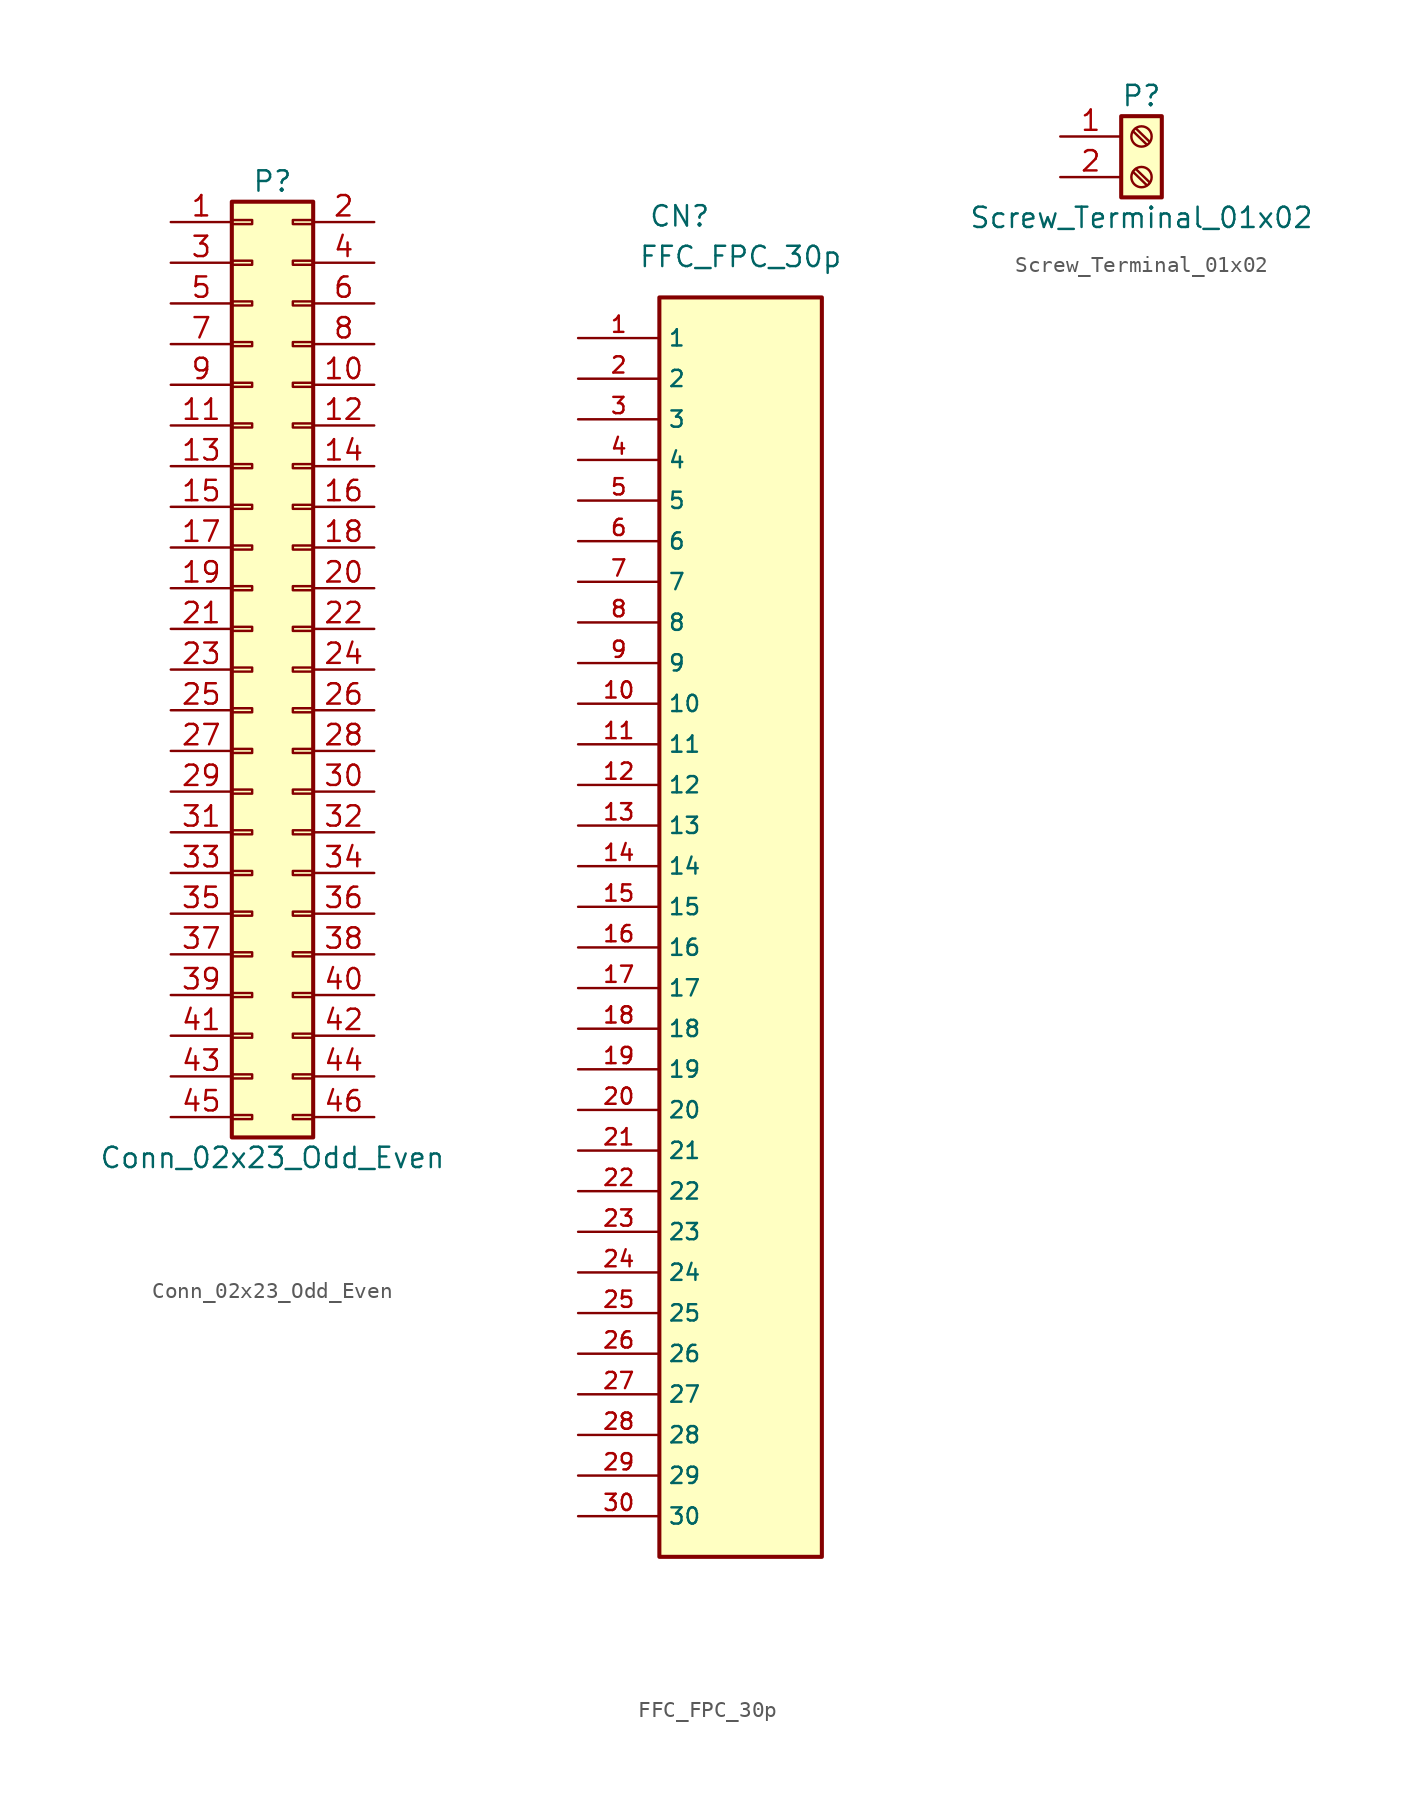
<source format=kicad_sym>
(kicad_symbol_lib
  (version 20211014)
  (generator kicad_symbol_editor)
  (symbol "Conn_02x23_Odd_Even"
    (pin_names
      (offset 1.016) hide)
    (property "Reference" "P"
      (at 1.27 30.48 0)
      (effects (font (size 1.27 1.27))))
    (property "Value" "Conn_02x23_Odd_Even"
      (at 1.27 -30.48 0)
      (effects (font (size 1.27 1.27))))
    (symbol "Conn_02x23_Odd_Even_1_1"
      (rectangle (start -1.27 -27.813) (end 0 -28.067) (stroke (width 0.152) (type default) (color 0 0 0 0)) (fill (type none)))
      (rectangle (start -1.27 -25.273) (end 0 -25.527) (stroke (width 0.152) (type default) (color 0 0 0 0)) (fill (type none)))
      (rectangle (start -1.27 -22.733) (end 0 -22.987) (stroke (width 0.152) (type default) (color 0 0 0 0)) (fill (type none)))
      (rectangle (start -1.27 -20.193) (end 0 -20.447) (stroke (width 0.152) (type default) (color 0 0 0 0)) (fill (type none)))
      (rectangle (start -1.27 -17.653) (end 0 -17.907) (stroke (width 0.152) (type default) (color 0 0 0 0)) (fill (type none)))
      (rectangle (start -1.27 -15.113) (end 0 -15.367) (stroke (width 0.152) (type default) (color 0 0 0 0)) (fill (type none)))
      (rectangle (start -1.27 -12.573) (end 0 -12.827) (stroke (width 0.152) (type default) (color 0 0 0 0)) (fill (type none)))
      (rectangle (start -1.27 -10.033) (end 0 -10.287) (stroke (width 0.152) (type default) (color 0 0 0 0)) (fill (type none)))
      (rectangle (start -1.27 -7.493) (end 0 -7.747) (stroke (width 0.152) (type default) (color 0 0 0 0)) (fill (type none)))
      (rectangle (start -1.27 -4.953) (end 0 -5.207) (stroke (width 0.152) (type default) (color 0 0 0 0)) (fill (type none)))
      (rectangle (start -1.27 -2.413) (end 0 -2.667) (stroke (width 0.152) (type default) (color 0 0 0 0)) (fill (type none)))
      (rectangle (start -1.27 0.127) (end 0 -0.127) (stroke (width 0.152) (type default) (color 0 0 0 0)) (fill (type none)))
      (rectangle (start -1.27 2.667) (end 0 2.413) (stroke (width 0.152) (type default) (color 0 0 0 0)) (fill (type none)))
      (rectangle (start -1.27 5.207) (end 0 4.953) (stroke (width 0.152) (type default) (color 0 0 0 0)) (fill (type none)))
      (rectangle (start -1.27 7.747) (end 0 7.493) (stroke (width 0.152) (type default) (color 0 0 0 0)) (fill (type none)))
      (rectangle (start -1.27 10.287) (end 0 10.033) (stroke (width 0.152) (type default) (color 0 0 0 0)) (fill (type none)))
      (rectangle (start -1.27 12.827) (end 0 12.573) (stroke (width 0.152) (type default) (color 0 0 0 0)) (fill (type none)))
      (rectangle (start -1.27 15.367) (end 0 15.113) (stroke (width 0.152) (type default) (color 0 0 0 0)) (fill (type none)))
      (rectangle (start -1.27 17.907) (end 0 17.653) (stroke (width 0.152) (type default) (color 0 0 0 0)) (fill (type none)))
      (rectangle (start -1.27 20.447) (end 0 20.193) (stroke (width 0.152) (type default) (color 0 0 0 0)) (fill (type none)))
      (rectangle (start -1.27 22.987) (end 0 22.733) (stroke (width 0.152) (type default) (color 0 0 0 0)) (fill (type none)))
      (rectangle (start -1.27 25.527) (end 0 25.273) (stroke (width 0.152) (type default) (color 0 0 0 0)) (fill (type none)))
      (rectangle (start -1.27 28.067) (end 0 27.813) (stroke (width 0.152) (type default) (color 0 0 0 0)) (fill (type none)))
      (rectangle (start -1.27 29.21) (end 3.81 -29.21) (stroke (width 0.254) (type default) (color 0 0 0 0)) (fill (type background)))
      (rectangle (start 3.81 -27.813) (end 2.54 -28.067) (stroke (width 0.152) (type default) (color 0 0 0 0)) (fill (type none)))
      (rectangle (start 3.81 -25.273) (end 2.54 -25.527) (stroke (width 0.152) (type default) (color 0 0 0 0)) (fill (type none)))
      (rectangle (start 3.81 -22.733) (end 2.54 -22.987) (stroke (width 0.152) (type default) (color 0 0 0 0)) (fill (type none)))
      (rectangle (start 3.81 -20.193) (end 2.54 -20.447) (stroke (width 0.152) (type default) (color 0 0 0 0)) (fill (type none)))
      (rectangle (start 3.81 -17.653) (end 2.54 -17.907) (stroke (width 0.152) (type default) (color 0 0 0 0)) (fill (type none)))
      (rectangle (start 3.81 -15.113) (end 2.54 -15.367) (stroke (width 0.152) (type default) (color 0 0 0 0)) (fill (type none)))
      (rectangle (start 3.81 -12.573) (end 2.54 -12.827) (stroke (width 0.152) (type default) (color 0 0 0 0)) (fill (type none)))
      (rectangle (start 3.81 -10.033) (end 2.54 -10.287) (stroke (width 0.152) (type default) (color 0 0 0 0)) (fill (type none)))
      (rectangle (start 3.81 -7.493) (end 2.54 -7.747) (stroke (width 0.152) (type default) (color 0 0 0 0)) (fill (type none)))
      (rectangle (start 3.81 -4.953) (end 2.54 -5.207) (stroke (width 0.152) (type default) (color 0 0 0 0)) (fill (type none)))
      (rectangle (start 3.81 -2.413) (end 2.54 -2.667) (stroke (width 0.152) (type default) (color 0 0 0 0)) (fill (type none)))
      (rectangle (start 3.81 0.127) (end 2.54 -0.127) (stroke (width 0.152) (type default) (color 0 0 0 0)) (fill (type none)))
      (rectangle (start 3.81 2.667) (end 2.54 2.413) (stroke (width 0.152) (type default) (color 0 0 0 0)) (fill (type none)))
      (rectangle (start 3.81 5.207) (end 2.54 4.953) (stroke (width 0.152) (type default) (color 0 0 0 0)) (fill (type none)))
      (rectangle (start 3.81 7.747) (end 2.54 7.493) (stroke (width 0.152) (type default) (color 0 0 0 0)) (fill (type none)))
      (rectangle (start 3.81 10.287) (end 2.54 10.033) (stroke (width 0.152) (type default) (color 0 0 0 0)) (fill (type none)))
      (rectangle (start 3.81 12.827) (end 2.54 12.573) (stroke (width 0.152) (type default) (color 0 0 0 0)) (fill (type none)))
      (rectangle (start 3.81 15.367) (end 2.54 15.113) (stroke (width 0.152) (type default) (color 0 0 0 0)) (fill (type none)))
      (rectangle (start 3.81 17.907) (end 2.54 17.653) (stroke (width 0.152) (type default) (color 0 0 0 0)) (fill (type none)))
      (rectangle (start 3.81 20.447) (end 2.54 20.193) (stroke (width 0.152) (type default) (color 0 0 0 0)) (fill (type none)))
      (rectangle (start 3.81 22.987) (end 2.54 22.733) (stroke (width 0.152) (type default) (color 0 0 0 0)) (fill (type none)))
      (rectangle (start 3.81 25.527) (end 2.54 25.273) (stroke (width 0.152) (type default) (color 0 0 0 0)) (fill (type none)))
      (rectangle (start 3.81 28.067) (end 2.54 27.813) (stroke (width 0.152) (type default) (color 0 0 0 0)) (fill (type none)))
      (pin passive line (at -5.08 27.94 0) (length 3.81) (name "Pin_1" (effects (font (size 1.27 1.27)))) (number "1" (effects (font (size 1.27 1.27)))))
      (pin passive line (at 7.62 17.78 180) (length 3.81) (name "Pin_10" (effects (font (size 1.27 1.27)))) (number "10" (effects (font (size 1.27 1.27)))))
      (pin passive line (at -5.08 15.24 0) (length 3.81) (name "Pin_11" (effects (font (size 1.27 1.27)))) (number "11" (effects (font (size 1.27 1.27)))))
      (pin passive line (at 7.62 15.24 180) (length 3.81) (name "Pin_12" (effects (font (size 1.27 1.27)))) (number "12" (effects (font (size 1.27 1.27)))))
      (pin passive line (at -5.08 12.7 0) (length 3.81) (name "Pin_13" (effects (font (size 1.27 1.27)))) (number "13" (effects (font (size 1.27 1.27)))))
      (pin passive line (at 7.62 12.7 180) (length 3.81) (name "Pin_14" (effects (font (size 1.27 1.27)))) (number "14" (effects (font (size 1.27 1.27)))))
      (pin passive line (at -5.08 10.16 0) (length 3.81) (name "Pin_15" (effects (font (size 1.27 1.27)))) (number "15" (effects (font (size 1.27 1.27)))))
      (pin passive line (at 7.62 10.16 180) (length 3.81) (name "Pin_16" (effects (font (size 1.27 1.27)))) (number "16" (effects (font (size 1.27 1.27)))))
      (pin passive line (at -5.08 7.62 0) (length 3.81) (name "Pin_17" (effects (font (size 1.27 1.27)))) (number "17" (effects (font (size 1.27 1.27)))))
      (pin passive line (at 7.62 7.62 180) (length 3.81) (name "Pin_18" (effects (font (size 1.27 1.27)))) (number "18" (effects (font (size 1.27 1.27)))))
      (pin passive line (at -5.08 5.08 0) (length 3.81) (name "Pin_19" (effects (font (size 1.27 1.27)))) (number "19" (effects (font (size 1.27 1.27)))))
      (pin passive line (at 7.62 27.94 180) (length 3.81) (name "Pin_2" (effects (font (size 1.27 1.27)))) (number "2" (effects (font (size 1.27 1.27)))))
      (pin passive line (at 7.62 5.08 180) (length 3.81) (name "Pin_20" (effects (font (size 1.27 1.27)))) (number "20" (effects (font (size 1.27 1.27)))))
      (pin passive line (at -5.08 2.54 0) (length 3.81) (name "Pin_21" (effects (font (size 1.27 1.27)))) (number "21" (effects (font (size 1.27 1.27)))))
      (pin passive line (at 7.62 2.54 180) (length 3.81) (name "Pin_22" (effects (font (size 1.27 1.27)))) (number "22" (effects (font (size 1.27 1.27)))))
      (pin passive line (at -5.08 0 0) (length 3.81) (name "Pin_23" (effects (font (size 1.27 1.27)))) (number "23" (effects (font (size 1.27 1.27)))))
      (pin passive line (at 7.62 0 180) (length 3.81) (name "Pin_24" (effects (font (size 1.27 1.27)))) (number "24" (effects (font (size 1.27 1.27)))))
      (pin passive line (at -5.08 -2.54 0) (length 3.81) (name "Pin_25" (effects (font (size 1.27 1.27)))) (number "25" (effects (font (size 1.27 1.27)))))
      (pin passive line (at 7.62 -2.54 180) (length 3.81) (name "Pin_26" (effects (font (size 1.27 1.27)))) (number "26" (effects (font (size 1.27 1.27)))))
      (pin passive line (at -5.08 -5.08 0) (length 3.81) (name "Pin_27" (effects (font (size 1.27 1.27)))) (number "27" (effects (font (size 1.27 1.27)))))
      (pin passive line (at 7.62 -5.08 180) (length 3.81) (name "Pin_28" (effects (font (size 1.27 1.27)))) (number "28" (effects (font (size 1.27 1.27)))))
      (pin passive line (at -5.08 -7.62 0) (length 3.81) (name "Pin_29" (effects (font (size 1.27 1.27)))) (number "29" (effects (font (size 1.27 1.27)))))
      (pin passive line (at -5.08 25.4 0) (length 3.81) (name "Pin_3" (effects (font (size 1.27 1.27)))) (number "3" (effects (font (size 1.27 1.27)))))
      (pin passive line (at 7.62 -7.62 180) (length 3.81) (name "Pin_30" (effects (font (size 1.27 1.27)))) (number "30" (effects (font (size 1.27 1.27)))))
      (pin passive line (at -5.08 -10.16 0) (length 3.81) (name "Pin_31" (effects (font (size 1.27 1.27)))) (number "31" (effects (font (size 1.27 1.27)))))
      (pin passive line (at 7.62 -10.16 180) (length 3.81) (name "Pin_32" (effects (font (size 1.27 1.27)))) (number "32" (effects (font (size 1.27 1.27)))))
      (pin passive line (at -5.08 -12.7 0) (length 3.81) (name "Pin_33" (effects (font (size 1.27 1.27)))) (number "33" (effects (font (size 1.27 1.27)))))
      (pin passive line (at 7.62 -12.7 180) (length 3.81) (name "Pin_34" (effects (font (size 1.27 1.27)))) (number "34" (effects (font (size 1.27 1.27)))))
      (pin passive line (at -5.08 -15.24 0) (length 3.81) (name "Pin_35" (effects (font (size 1.27 1.27)))) (number "35" (effects (font (size 1.27 1.27)))))
      (pin passive line (at 7.62 -15.24 180) (length 3.81) (name "Pin_36" (effects (font (size 1.27 1.27)))) (number "36" (effects (font (size 1.27 1.27)))))
      (pin passive line (at -5.08 -17.78 0) (length 3.81) (name "Pin_37" (effects (font (size 1.27 1.27)))) (number "37" (effects (font (size 1.27 1.27)))))
      (pin passive line (at 7.62 -17.78 180) (length 3.81) (name "Pin_38" (effects (font (size 1.27 1.27)))) (number "38" (effects (font (size 1.27 1.27)))))
      (pin passive line (at -5.08 -20.32 0) (length 3.81) (name "Pin_39" (effects (font (size 1.27 1.27)))) (number "39" (effects (font (size 1.27 1.27)))))
      (pin passive line (at 7.62 25.4 180) (length 3.81) (name "Pin_4" (effects (font (size 1.27 1.27)))) (number "4" (effects (font (size 1.27 1.27)))))
      (pin passive line (at 7.62 -20.32 180) (length 3.81) (name "Pin_40" (effects (font (size 1.27 1.27)))) (number "40" (effects (font (size 1.27 1.27)))))
      (pin passive line (at -5.08 -22.86 0) (length 3.81) (name "Pin_41" (effects (font (size 1.27 1.27)))) (number "41" (effects (font (size 1.27 1.27)))))
      (pin passive line (at 7.62 -22.86 180) (length 3.81) (name "Pin_42" (effects (font (size 1.27 1.27)))) (number "42" (effects (font (size 1.27 1.27)))))
      (pin passive line (at -5.08 -25.4 0) (length 3.81) (name "Pin_43" (effects (font (size 1.27 1.27)))) (number "43" (effects (font (size 1.27 1.27)))))
      (pin passive line (at 7.62 -25.4 180) (length 3.81) (name "Pin_44" (effects (font (size 1.27 1.27)))) (number "44" (effects (font (size 1.27 1.27)))))
      (pin passive line (at -5.08 -27.94 0) (length 3.81) (name "Pin_45" (effects (font (size 1.27 1.27)))) (number "45" (effects (font (size 1.27 1.27)))))
      (pin passive line (at 7.62 -27.94 180) (length 3.81) (name "Pin_46" (effects (font (size 1.27 1.27)))) (number "46" (effects (font (size 1.27 1.27)))))
      (pin passive line (at -5.08 22.86 0) (length 3.81) (name "Pin_5" (effects (font (size 1.27 1.27)))) (number "5" (effects (font (size 1.27 1.27)))))
      (pin passive line (at 7.62 22.86 180) (length 3.81) (name "Pin_6" (effects (font (size 1.27 1.27)))) (number "6" (effects (font (size 1.27 1.27)))))
      (pin passive line (at -5.08 20.32 0) (length 3.81) (name "Pin_7" (effects (font (size 1.27 1.27)))) (number "7" (effects (font (size 1.27 1.27)))))
      (pin passive line (at 7.62 20.32 180) (length 3.81) (name "Pin_8" (effects (font (size 1.27 1.27)))) (number "8" (effects (font (size 1.27 1.27)))))
      (pin passive line (at -5.08 17.78 0) (length 3.81) (name "Pin_9" (effects (font (size 1.27 1.27)))) (number "9" (effects (font (size 1.27 1.27)))))))
  (symbol "FFC_FPC_30p"
    (property "Reference" "CN"
      (at -3.81 43.18 0)
      (effects (font (size 1.27 1.27))))
    (property "Value" "FFC_FPC_30p"
      (at 0 40.64 0)
      (effects (font (size 1.27 1.27))))
    (symbol "FFC_FPC_30p_0_0"
      (rectangle (start -5.08 -40.64) (end 5.08 38.1) (stroke (width 0.254) (type default) (color 0 0 0 0)) (fill (type background)))
      (pin passive line (at -10.16 35.56 0) (length 5.08) (name "1" (effects (font (size 1.016 1.016)))) (number "1" (effects (font (size 1.016 1.016)))))
      (pin passive line (at -10.16 12.7 0) (length 5.08) (name "10" (effects (font (size 1.016 1.016)))) (number "10" (effects (font (size 1.016 1.016)))))
      (pin passive line (at -10.16 10.16 0) (length 5.08) (name "11" (effects (font (size 1.016 1.016)))) (number "11" (effects (font (size 1.016 1.016)))))
      (pin passive line (at -10.16 7.62 0) (length 5.08) (name "12" (effects (font (size 1.016 1.016)))) (number "12" (effects (font (size 1.016 1.016)))))
      (pin passive line (at -10.16 5.08 0) (length 5.08) (name "13" (effects (font (size 1.016 1.016)))) (number "13" (effects (font (size 1.016 1.016)))))
      (pin passive line (at -10.16 2.54 0) (length 5.08) (name "14" (effects (font (size 1.016 1.016)))) (number "14" (effects (font (size 1.016 1.016)))))
      (pin passive line (at -10.16 0 0) (length 5.08) (name "15" (effects (font (size 1.016 1.016)))) (number "15" (effects (font (size 1.016 1.016)))))
      (pin passive line (at -10.16 -2.54 0) (length 5.08) (name "16" (effects (font (size 1.016 1.016)))) (number "16" (effects (font (size 1.016 1.016)))))
      (pin passive line (at -10.16 -5.08 0) (length 5.08) (name "17" (effects (font (size 1.016 1.016)))) (number "17" (effects (font (size 1.016 1.016)))))
      (pin passive line (at -10.16 -7.62 0) (length 5.08) (name "18" (effects (font (size 1.016 1.016)))) (number "18" (effects (font (size 1.016 1.016)))))
      (pin passive line (at -10.16 -10.16 0) (length 5.08) (name "19" (effects (font (size 1.016 1.016)))) (number "19" (effects (font (size 1.016 1.016)))))
      (pin passive line (at -10.16 33.02 0) (length 5.08) (name "2" (effects (font (size 1.016 1.016)))) (number "2" (effects (font (size 1.016 1.016)))))
      (pin passive line (at -10.16 -12.7 0) (length 5.08) (name "20" (effects (font (size 1.016 1.016)))) (number "20" (effects (font (size 1.016 1.016)))))
      (pin passive line (at -10.16 -15.24 0) (length 5.08) (name "21" (effects (font (size 1.016 1.016)))) (number "21" (effects (font (size 1.016 1.016)))))
      (pin passive line (at -10.16 -17.78 0) (length 5.08) (name "22" (effects (font (size 1.016 1.016)))) (number "22" (effects (font (size 1.016 1.016)))))
      (pin passive line (at -10.16 -20.32 0) (length 5.08) (name "23" (effects (font (size 1.016 1.016)))) (number "23" (effects (font (size 1.016 1.016)))))
      (pin passive line (at -10.16 -22.86 0) (length 5.08) (name "24" (effects (font (size 1.016 1.016)))) (number "24" (effects (font (size 1.016 1.016)))))
      (pin passive line (at -10.16 -25.4 0) (length 5.08) (name "25" (effects (font (size 1.016 1.016)))) (number "25" (effects (font (size 1.016 1.016)))))
      (pin passive line (at -10.16 -27.94 0) (length 5.08) (name "26" (effects (font (size 1.016 1.016)))) (number "26" (effects (font (size 1.016 1.016)))))
      (pin passive line (at -10.16 -30.48 0) (length 5.08) (name "27" (effects (font (size 1.016 1.016)))) (number "27" (effects (font (size 1.016 1.016)))))
      (pin passive line (at -10.16 -33.02 0) (length 5.08) (name "28" (effects (font (size 1.016 1.016)))) (number "28" (effects (font (size 1.016 1.016)))))
      (pin passive line (at -10.16 -35.56 0) (length 5.08) (name "29" (effects (font (size 1.016 1.016)))) (number "29" (effects (font (size 1.016 1.016)))))
      (pin passive line (at -10.16 30.48 0) (length 5.08) (name "3" (effects (font (size 1.016 1.016)))) (number "3" (effects (font (size 1.016 1.016)))))
      (pin passive line (at -10.16 -38.1 0) (length 5.08) (name "30" (effects (font (size 1.016 1.016)))) (number "30" (effects (font (size 1.016 1.016)))))
      (pin passive line (at -10.16 27.94 0) (length 5.08) (name "4" (effects (font (size 1.016 1.016)))) (number "4" (effects (font (size 1.016 1.016)))))
      (pin passive line (at -10.16 25.4 0) (length 5.08) (name "5" (effects (font (size 1.016 1.016)))) (number "5" (effects (font (size 1.016 1.016)))))
      (pin passive line (at -10.16 22.86 0) (length 5.08) (name "6" (effects (font (size 1.016 1.016)))) (number "6" (effects (font (size 1.016 1.016)))))
      (pin passive line (at -10.16 20.32 0) (length 5.08) (name "7" (effects (font (size 1.016 1.016)))) (number "7" (effects (font (size 1.016 1.016)))))
      (pin passive line (at -10.16 17.78 0) (length 5.08) (name "8" (effects (font (size 1.016 1.016)))) (number "8" (effects (font (size 1.016 1.016)))))
      (pin passive line (at -10.16 15.24 0) (length 5.08) (name "9" (effects (font (size 1.016 1.016)))) (number "9" (effects (font (size 1.016 1.016)))))))
  (symbol "Screw_Terminal_01x02"
    (pin_names
      (offset 1.016) hide)
    (property "Reference" "P"
      (at 0 2.54 0)
      (effects (font (size 1.27 1.27))))
    (property "Value" "Screw_Terminal_01x02"
      (at 0 -5.08 0)
      (effects (font (size 1.27 1.27))))
    (symbol "Screw_Terminal_01x02_1_1"
      (rectangle (start -1.27 1.27) (end 1.27 -3.81) (stroke (width 0.254) (type default) (color 0 0 0 0)) (fill (type background)))
      (circle (center 0 -2.54) (radius 0.635) (stroke (width 0.152) (type default) (color 0 0 0 0)) (fill (type none)))
      (polyline (pts (xy -0.533 -2.21) (xy 0.33 -3.048)) (stroke (width 0.152) (type default) (color 0 0 0 0)) (fill (type none)))
      (polyline (pts (xy -0.533 0.33) (xy 0.33 -0.508)) (stroke (width 0.152) (type default) (color 0 0 0 0)) (fill (type none)))
      (polyline (pts (xy -0.356 -2.032) (xy 0.508 -2.87)) (stroke (width 0.152) (type default) (color 0 0 0 0)) (fill (type none)))
      (polyline (pts (xy -0.356 0.508) (xy 0.508 -0.33)) (stroke (width 0.152) (type default) (color 0 0 0 0)) (fill (type none)))
      (circle (center 0 0) (radius 0.635) (stroke (width 0.152) (type default) (color 0 0 0 0)) (fill (type none)))
      (pin passive line (at -5.08 0 0) (length 3.81) (name "Pin_1" (effects (font (size 1.27 1.27)))) (number "1" (effects (font (size 1.27 1.27)))))
      (pin passive line (at -5.08 -2.54 0) (length 3.81) (name "Pin_2" (effects (font (size 1.27 1.27)))) (number "2" (effects (font (size 1.27 1.27))))))))
</source>
